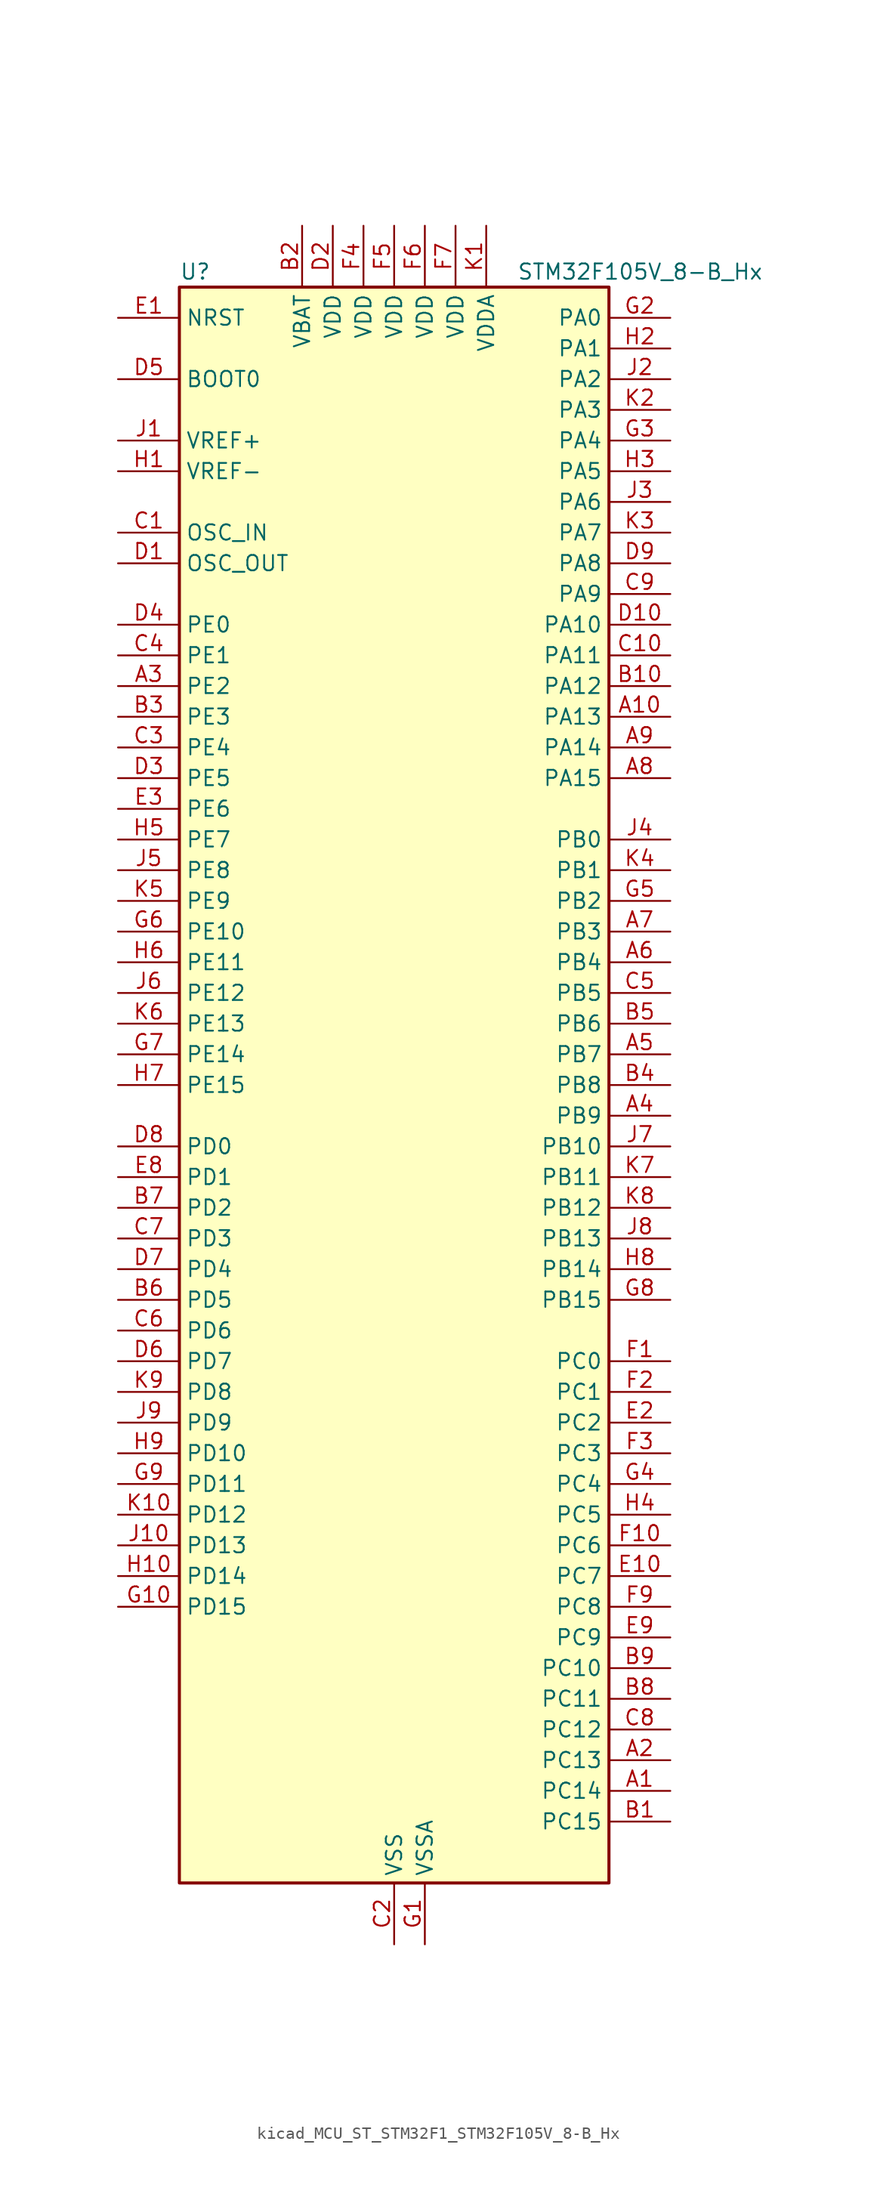
<source format=kicad_sym>
(kicad_symbol_lib
  (version 20220914)
  (generator kicad_symbol_editor)
  (symbol "kicad_MCU_ST_STM32F1_STM32F105V_8-B_Hx"
    (property "Reference" "U"
      (at -17.78 67.31 0)
      (effects (font (size 1.27 1.27)) (justify left)))
    (property "Value" "STM32F105V_8-B_Hx"
      (at 10.16 67.31 0)
      (effects (font (size 1.27 1.27)) (justify left)))
    (property "ki_locked" ""
      (at 0 0 0)
      (effects (font (size 1.27 1.27))))
    (symbol "kicad_MCU_ST_STM32F1_STM32F105V_8-B_Hx_0_1"
      (rectangle (start -17.78 -66.04) (end 17.78 66.04) (stroke (width 0.254) (type default)) (fill (type background))))
    (symbol "kicad_MCU_ST_STM32F1_STM32F105V_8-B_Hx_1_1"
      (pin bidirectional line (at 22.86 -58.42 180) (length 5.08) (name "PC14" (effects (font (size 1.27 1.27)))) (number "A1" (effects (font (size 1.27 1.27)))) (alternate "RCC_OSC32_IN" bidirectional line))
      (pin bidirectional line (at 22.86 30.48 180) (length 5.08) (name "PA13" (effects (font (size 1.27 1.27)))) (number "A10" (effects (font (size 1.27 1.27)))) (alternate "SYS_JTMS-SWDIO" bidirectional line))
      (pin bidirectional line (at 22.86 -55.88 180) (length 5.08) (name "PC13" (effects (font (size 1.27 1.27)))) (number "A2" (effects (font (size 1.27 1.27)))) (alternate "RTC_OUT" bidirectional line) (alternate "RTC_TAMPER" bidirectional line))
      (pin bidirectional line (at -22.86 33.02 0) (length 5.08) (name "PE2" (effects (font (size 1.27 1.27)))) (number "A3" (effects (font (size 1.27 1.27)))) (alternate "SYS_TRACECLK" bidirectional line))
      (pin bidirectional line (at 22.86 -2.54 180) (length 5.08) (name "PB9" (effects (font (size 1.27 1.27)))) (number "A4" (effects (font (size 1.27 1.27)))) (alternate "CAN1_TX" bidirectional line) (alternate "DAC_EXTI9" bidirectional line) (alternate "I2C1_SDA" bidirectional line) (alternate "TIM4_CH4" bidirectional line))
      (pin bidirectional line (at 22.86 2.54 180) (length 5.08) (name "PB7" (effects (font (size 1.27 1.27)))) (number "A5" (effects (font (size 1.27 1.27)))) (alternate "I2C1_SDA" bidirectional line) (alternate "TIM4_CH2" bidirectional line) (alternate "USART1_RX" bidirectional line))
      (pin bidirectional line (at 22.86 10.16 180) (length 5.08) (name "PB4" (effects (font (size 1.27 1.27)))) (number "A6" (effects (font (size 1.27 1.27)))) (alternate "SPI1_MISO" bidirectional line) (alternate "SPI3_MISO" bidirectional line) (alternate "SYS_NJTRST" bidirectional line) (alternate "TIM3_CH1" bidirectional line))
      (pin bidirectional line (at 22.86 12.7 180) (length 5.08) (name "PB3" (effects (font (size 1.27 1.27)))) (number "A7" (effects (font (size 1.27 1.27)))) (alternate "I2S3_CK" bidirectional line) (alternate "SPI1_SCK" bidirectional line) (alternate "SPI3_SCK" bidirectional line) (alternate "SYS_JTDO" bidirectional line) (alternate "SYS_TRACESWO" bidirectional line) (alternate "TIM2_CH2" bidirectional line))
      (pin bidirectional line (at 22.86 25.4 180) (length 5.08) (name "PA15" (effects (font (size 1.27 1.27)))) (number "A8" (effects (font (size 1.27 1.27)))) (alternate "ADC1_EXTI15" bidirectional line) (alternate "ADC2_EXTI15" bidirectional line) (alternate "I2S3_WS" bidirectional line) (alternate "SPI1_NSS" bidirectional line) (alternate "SPI3_NSS" bidirectional line) (alternate "SYS_JTDI" bidirectional line) (alternate "TIM2_CH1" bidirectional line) (alternate "TIM2_ETR" bidirectional line))
      (pin bidirectional line (at 22.86 27.94 180) (length 5.08) (name "PA14" (effects (font (size 1.27 1.27)))) (number "A9" (effects (font (size 1.27 1.27)))) (alternate "SYS_JTCK-SWCLK" bidirectional line))
      (pin bidirectional line (at 22.86 -60.96 180) (length 5.08) (name "PC15" (effects (font (size 1.27 1.27)))) (number "B1" (effects (font (size 1.27 1.27)))) (alternate "ADC1_EXTI15" bidirectional line) (alternate "ADC2_EXTI15" bidirectional line) (alternate "RCC_OSC32_OUT" bidirectional line))
      (pin bidirectional line (at 22.86 33.02 180) (length 5.08) (name "PA12" (effects (font (size 1.27 1.27)))) (number "B10" (effects (font (size 1.27 1.27)))) (alternate "CAN1_TX" bidirectional line) (alternate "TIM1_ETR" bidirectional line) (alternate "USART1_RTS" bidirectional line) (alternate "USB_OTG_FS_DP" bidirectional line))
      (pin power_in line (at -7.62 71.12 270) (length 5.08) (name "VBAT" (effects (font (size 1.27 1.27)))) (number "B2" (effects (font (size 1.27 1.27)))))
      (pin bidirectional line (at -22.86 30.48 0) (length 5.08) (name "PE3" (effects (font (size 1.27 1.27)))) (number "B3" (effects (font (size 1.27 1.27)))) (alternate "SYS_TRACED0" bidirectional line))
      (pin bidirectional line (at 22.86 0 180) (length 5.08) (name "PB8" (effects (font (size 1.27 1.27)))) (number "B4" (effects (font (size 1.27 1.27)))) (alternate "CAN1_RX" bidirectional line) (alternate "I2C1_SCL" bidirectional line) (alternate "TIM4_CH3" bidirectional line))
      (pin bidirectional line (at 22.86 5.08 180) (length 5.08) (name "PB6" (effects (font (size 1.27 1.27)))) (number "B5" (effects (font (size 1.27 1.27)))) (alternate "CAN2_TX" bidirectional line) (alternate "I2C1_SCL" bidirectional line) (alternate "TIM4_CH1" bidirectional line) (alternate "USART1_TX" bidirectional line))
      (pin bidirectional line (at -22.86 -17.78 0) (length 5.08) (name "PD5" (effects (font (size 1.27 1.27)))) (number "B6" (effects (font (size 1.27 1.27)))) (alternate "USART2_TX" bidirectional line))
      (pin bidirectional line (at -22.86 -10.16 0) (length 5.08) (name "PD2" (effects (font (size 1.27 1.27)))) (number "B7" (effects (font (size 1.27 1.27)))) (alternate "TIM3_ETR" bidirectional line) (alternate "UART5_RX" bidirectional line))
      (pin bidirectional line (at 22.86 -50.8 180) (length 5.08) (name "PC11" (effects (font (size 1.27 1.27)))) (number "B8" (effects (font (size 1.27 1.27)))) (alternate "ADC1_EXTI11" bidirectional line) (alternate "ADC2_EXTI11" bidirectional line) (alternate "SPI3_MISO" bidirectional line) (alternate "UART4_RX" bidirectional line) (alternate "USART3_RX" bidirectional line))
      (pin bidirectional line (at 22.86 -48.26 180) (length 5.08) (name "PC10" (effects (font (size 1.27 1.27)))) (number "B9" (effects (font (size 1.27 1.27)))) (alternate "I2S3_CK" bidirectional line) (alternate "SPI3_SCK" bidirectional line) (alternate "UART4_TX" bidirectional line) (alternate "USART3_TX" bidirectional line))
      (pin input line (at -22.86 45.72 0) (length 5.08) (name "OSC_IN" (effects (font (size 1.27 1.27)))) (number "C1" (effects (font (size 1.27 1.27)))) (alternate "RCC_OSC_IN" bidirectional line))
      (pin bidirectional line (at 22.86 35.56 180) (length 5.08) (name "PA11" (effects (font (size 1.27 1.27)))) (number "C10" (effects (font (size 1.27 1.27)))) (alternate "ADC1_EXTI11" bidirectional line) (alternate "ADC2_EXTI11" bidirectional line) (alternate "CAN1_RX" bidirectional line) (alternate "TIM1_CH4" bidirectional line) (alternate "USART1_CTS" bidirectional line) (alternate "USB_OTG_FS_DM" bidirectional line))
      (pin power_in line (at 0 -71.12 90) (length 5.08) (name "VSS" (effects (font (size 1.27 1.27)))) (number "C2" (effects (font (size 1.27 1.27)))))
      (pin bidirectional line (at -22.86 27.94 0) (length 5.08) (name "PE4" (effects (font (size 1.27 1.27)))) (number "C3" (effects (font (size 1.27 1.27)))) (alternate "SYS_TRACED1" bidirectional line))
      (pin bidirectional line (at -22.86 35.56 0) (length 5.08) (name "PE1" (effects (font (size 1.27 1.27)))) (number "C4" (effects (font (size 1.27 1.27)))))
      (pin bidirectional line (at 22.86 7.62 180) (length 5.08) (name "PB5" (effects (font (size 1.27 1.27)))) (number "C5" (effects (font (size 1.27 1.27)))) (alternate "CAN2_RX" bidirectional line) (alternate "I2C1_SMBA" bidirectional line) (alternate "I2S3_SD" bidirectional line) (alternate "SPI1_MOSI" bidirectional line) (alternate "SPI3_MOSI" bidirectional line) (alternate "TIM3_CH2" bidirectional line))
      (pin bidirectional line (at -22.86 -20.32 0) (length 5.08) (name "PD6" (effects (font (size 1.27 1.27)))) (number "C6" (effects (font (size 1.27 1.27)))) (alternate "USART2_RX" bidirectional line))
      (pin bidirectional line (at -22.86 -12.7 0) (length 5.08) (name "PD3" (effects (font (size 1.27 1.27)))) (number "C7" (effects (font (size 1.27 1.27)))) (alternate "USART2_CTS" bidirectional line))
      (pin bidirectional line (at 22.86 -53.34 180) (length 5.08) (name "PC12" (effects (font (size 1.27 1.27)))) (number "C8" (effects (font (size 1.27 1.27)))) (alternate "I2S3_SD" bidirectional line) (alternate "SPI3_MOSI" bidirectional line) (alternate "UART5_TX" bidirectional line) (alternate "USART3_CK" bidirectional line))
      (pin bidirectional line (at 22.86 40.64 180) (length 5.08) (name "PA9" (effects (font (size 1.27 1.27)))) (number "C9" (effects (font (size 1.27 1.27)))) (alternate "DAC_EXTI9" bidirectional line) (alternate "TIM1_CH2" bidirectional line) (alternate "USART1_TX" bidirectional line) (alternate "USB_OTG_FS_VBUS" bidirectional line))
      (pin input line (at -22.86 43.18 0) (length 5.08) (name "OSC_OUT" (effects (font (size 1.27 1.27)))) (number "D1" (effects (font (size 1.27 1.27)))) (alternate "RCC_OSC_OUT" bidirectional line))
      (pin bidirectional line (at 22.86 38.1 180) (length 5.08) (name "PA10" (effects (font (size 1.27 1.27)))) (number "D10" (effects (font (size 1.27 1.27)))) (alternate "TIM1_CH3" bidirectional line) (alternate "USART1_RX" bidirectional line) (alternate "USB_OTG_FS_ID" bidirectional line))
      (pin power_in line (at -5.08 71.12 270) (length 5.08) (name "VDD" (effects (font (size 1.27 1.27)))) (number "D2" (effects (font (size 1.27 1.27)))))
      (pin bidirectional line (at -22.86 25.4 0) (length 5.08) (name "PE5" (effects (font (size 1.27 1.27)))) (number "D3" (effects (font (size 1.27 1.27)))) (alternate "SYS_TRACED2" bidirectional line))
      (pin bidirectional line (at -22.86 38.1 0) (length 5.08) (name "PE0" (effects (font (size 1.27 1.27)))) (number "D4" (effects (font (size 1.27 1.27)))) (alternate "TIM4_ETR" bidirectional line))
      (pin input line (at -22.86 58.42 0) (length 5.08) (name "BOOT0" (effects (font (size 1.27 1.27)))) (number "D5" (effects (font (size 1.27 1.27)))))
      (pin bidirectional line (at -22.86 -22.86 0) (length 5.08) (name "PD7" (effects (font (size 1.27 1.27)))) (number "D6" (effects (font (size 1.27 1.27)))) (alternate "USART2_CK" bidirectional line))
      (pin bidirectional line (at -22.86 -15.24 0) (length 5.08) (name "PD4" (effects (font (size 1.27 1.27)))) (number "D7" (effects (font (size 1.27 1.27)))) (alternate "USART2_RTS" bidirectional line))
      (pin bidirectional line (at -22.86 -5.08 0) (length 5.08) (name "PD0" (effects (font (size 1.27 1.27)))) (number "D8" (effects (font (size 1.27 1.27)))) (alternate "CAN1_RX" bidirectional line))
      (pin bidirectional line (at 22.86 43.18 180) (length 5.08) (name "PA8" (effects (font (size 1.27 1.27)))) (number "D9" (effects (font (size 1.27 1.27)))) (alternate "RCC_MCO" bidirectional line) (alternate "TIM1_CH1" bidirectional line) (alternate "USART1_CK" bidirectional line) (alternate "USB_OTG_FS_SOF" bidirectional line))
      (pin input line (at -22.86 63.5 0) (length 5.08) (name "NRST" (effects (font (size 1.27 1.27)))) (number "E1" (effects (font (size 1.27 1.27)))))
      (pin bidirectional line (at 22.86 -40.64 180) (length 5.08) (name "PC7" (effects (font (size 1.27 1.27)))) (number "E10" (effects (font (size 1.27 1.27)))) (alternate "I2S3_MCK" bidirectional line) (alternate "TIM3_CH2" bidirectional line))
      (pin bidirectional line (at 22.86 -27.94 180) (length 5.08) (name "PC2" (effects (font (size 1.27 1.27)))) (number "E2" (effects (font (size 1.27 1.27)))) (alternate "ADC1_IN12" bidirectional line) (alternate "ADC2_IN12" bidirectional line))
      (pin bidirectional line (at -22.86 22.86 0) (length 5.08) (name "PE6" (effects (font (size 1.27 1.27)))) (number "E3" (effects (font (size 1.27 1.27)))) (alternate "SYS_TRACED3" bidirectional line))
      (pin passive line (at 0 -71.12 90) (length 5.08) hide (name "VSS" (effects (font (size 1.27 1.27)))) (number "E4" (effects (font (size 1.27 1.27)))))
      (pin passive line (at 0 -71.12 90) (length 5.08) hide (name "VSS" (effects (font (size 1.27 1.27)))) (number "E5" (effects (font (size 1.27 1.27)))))
      (pin passive line (at 0 -71.12 90) (length 5.08) hide (name "VSS" (effects (font (size 1.27 1.27)))) (number "E6" (effects (font (size 1.27 1.27)))))
      (pin passive line (at 0 -71.12 90) (length 5.08) hide (name "VSS" (effects (font (size 1.27 1.27)))) (number "E7" (effects (font (size 1.27 1.27)))))
      (pin bidirectional line (at -22.86 -7.62 0) (length 5.08) (name "PD1" (effects (font (size 1.27 1.27)))) (number "E8" (effects (font (size 1.27 1.27)))) (alternate "CAN1_TX" bidirectional line))
      (pin bidirectional line (at 22.86 -45.72 180) (length 5.08) (name "PC9" (effects (font (size 1.27 1.27)))) (number "E9" (effects (font (size 1.27 1.27)))) (alternate "DAC_EXTI9" bidirectional line) (alternate "TIM3_CH4" bidirectional line))
      (pin bidirectional line (at 22.86 -22.86 180) (length 5.08) (name "PC0" (effects (font (size 1.27 1.27)))) (number "F1" (effects (font (size 1.27 1.27)))) (alternate "ADC1_IN10" bidirectional line) (alternate "ADC2_IN10" bidirectional line))
      (pin bidirectional line (at 22.86 -38.1 180) (length 5.08) (name "PC6" (effects (font (size 1.27 1.27)))) (number "F10" (effects (font (size 1.27 1.27)))) (alternate "I2S2_MCK" bidirectional line) (alternate "TIM3_CH1" bidirectional line))
      (pin bidirectional line (at 22.86 -25.4 180) (length 5.08) (name "PC1" (effects (font (size 1.27 1.27)))) (number "F2" (effects (font (size 1.27 1.27)))) (alternate "ADC1_IN11" bidirectional line) (alternate "ADC2_IN11" bidirectional line))
      (pin bidirectional line (at 22.86 -30.48 180) (length 5.08) (name "PC3" (effects (font (size 1.27 1.27)))) (number "F3" (effects (font (size 1.27 1.27)))) (alternate "ADC1_IN13" bidirectional line) (alternate "ADC2_IN13" bidirectional line))
      (pin power_in line (at -2.54 71.12 270) (length 5.08) (name "VDD" (effects (font (size 1.27 1.27)))) (number "F4" (effects (font (size 1.27 1.27)))))
      (pin power_in line (at 0 71.12 270) (length 5.08) (name "VDD" (effects (font (size 1.27 1.27)))) (number "F5" (effects (font (size 1.27 1.27)))))
      (pin power_in line (at 2.54 71.12 270) (length 5.08) (name "VDD" (effects (font (size 1.27 1.27)))) (number "F6" (effects (font (size 1.27 1.27)))))
      (pin power_in line (at 5.08 71.12 270) (length 5.08) (name "VDD" (effects (font (size 1.27 1.27)))) (number "F7" (effects (font (size 1.27 1.27)))))
      (pin no_connect line (at -17.78 -66.04 0) (length 5.08) hide (name "NC" (effects (font (size 1.27 1.27)))) (number "F8" (effects (font (size 1.27 1.27)))))
      (pin bidirectional line (at 22.86 -43.18 180) (length 5.08) (name "PC8" (effects (font (size 1.27 1.27)))) (number "F9" (effects (font (size 1.27 1.27)))) (alternate "TIM3_CH3" bidirectional line))
      (pin power_in line (at 2.54 -71.12 90) (length 5.08) (name "VSSA" (effects (font (size 1.27 1.27)))) (number "G1" (effects (font (size 1.27 1.27)))))
      (pin bidirectional line (at -22.86 -43.18 0) (length 5.08) (name "PD15" (effects (font (size 1.27 1.27)))) (number "G10" (effects (font (size 1.27 1.27)))) (alternate "ADC1_EXTI15" bidirectional line) (alternate "ADC2_EXTI15" bidirectional line) (alternate "TIM4_CH4" bidirectional line))
      (pin bidirectional line (at 22.86 63.5 180) (length 5.08) (name "PA0" (effects (font (size 1.27 1.27)))) (number "G2" (effects (font (size 1.27 1.27)))) (alternate "ADC1_IN0" bidirectional line) (alternate "ADC2_IN0" bidirectional line) (alternate "SYS_WKUP" bidirectional line) (alternate "TIM2_CH1" bidirectional line) (alternate "TIM2_ETR" bidirectional line) (alternate "TIM5_CH1" bidirectional line) (alternate "USART2_CTS" bidirectional line))
      (pin bidirectional line (at 22.86 53.34 180) (length 5.08) (name "PA4" (effects (font (size 1.27 1.27)))) (number "G3" (effects (font (size 1.27 1.27)))) (alternate "ADC1_IN4" bidirectional line) (alternate "ADC2_IN4" bidirectional line) (alternate "DAC_OUT1" bidirectional line) (alternate "I2S3_WS" bidirectional line) (alternate "SPI1_NSS" bidirectional line) (alternate "SPI3_NSS" bidirectional line) (alternate "USART2_CK" bidirectional line))
      (pin bidirectional line (at 22.86 -33.02 180) (length 5.08) (name "PC4" (effects (font (size 1.27 1.27)))) (number "G4" (effects (font (size 1.27 1.27)))) (alternate "ADC1_IN14" bidirectional line) (alternate "ADC2_IN14" bidirectional line))
      (pin bidirectional line (at 22.86 15.24 180) (length 5.08) (name "PB2" (effects (font (size 1.27 1.27)))) (number "G5" (effects (font (size 1.27 1.27)))))
      (pin bidirectional line (at -22.86 12.7 0) (length 5.08) (name "PE10" (effects (font (size 1.27 1.27)))) (number "G6" (effects (font (size 1.27 1.27)))) (alternate "TIM1_CH2N" bidirectional line))
      (pin bidirectional line (at -22.86 2.54 0) (length 5.08) (name "PE14" (effects (font (size 1.27 1.27)))) (number "G7" (effects (font (size 1.27 1.27)))) (alternate "TIM1_CH4" bidirectional line))
      (pin bidirectional line (at 22.86 -17.78 180) (length 5.08) (name "PB15" (effects (font (size 1.27 1.27)))) (number "G8" (effects (font (size 1.27 1.27)))) (alternate "ADC1_EXTI15" bidirectional line) (alternate "ADC2_EXTI15" bidirectional line) (alternate "I2S2_SD" bidirectional line) (alternate "SPI2_MOSI" bidirectional line) (alternate "TIM1_CH3N" bidirectional line))
      (pin bidirectional line (at -22.86 -33.02 0) (length 5.08) (name "PD11" (effects (font (size 1.27 1.27)))) (number "G9" (effects (font (size 1.27 1.27)))) (alternate "ADC1_EXTI11" bidirectional line) (alternate "ADC2_EXTI11" bidirectional line) (alternate "USART3_CTS" bidirectional line))
      (pin input line (at -22.86 50.8 0) (length 5.08) (name "VREF-" (effects (font (size 1.27 1.27)))) (number "H1" (effects (font (size 1.27 1.27)))))
      (pin bidirectional line (at -22.86 -40.64 0) (length 5.08) (name "PD14" (effects (font (size 1.27 1.27)))) (number "H10" (effects (font (size 1.27 1.27)))) (alternate "TIM4_CH3" bidirectional line))
      (pin bidirectional line (at 22.86 60.96 180) (length 5.08) (name "PA1" (effects (font (size 1.27 1.27)))) (number "H2" (effects (font (size 1.27 1.27)))) (alternate "ADC1_IN1" bidirectional line) (alternate "ADC2_IN1" bidirectional line) (alternate "TIM2_CH2" bidirectional line) (alternate "TIM5_CH2" bidirectional line) (alternate "USART2_RTS" bidirectional line))
      (pin bidirectional line (at 22.86 50.8 180) (length 5.08) (name "PA5" (effects (font (size 1.27 1.27)))) (number "H3" (effects (font (size 1.27 1.27)))) (alternate "ADC1_IN5" bidirectional line) (alternate "ADC2_IN5" bidirectional line) (alternate "DAC_OUT2" bidirectional line) (alternate "SPI1_SCK" bidirectional line))
      (pin bidirectional line (at 22.86 -35.56 180) (length 5.08) (name "PC5" (effects (font (size 1.27 1.27)))) (number "H4" (effects (font (size 1.27 1.27)))) (alternate "ADC1_IN15" bidirectional line) (alternate "ADC2_IN15" bidirectional line))
      (pin bidirectional line (at -22.86 20.32 0) (length 5.08) (name "PE7" (effects (font (size 1.27 1.27)))) (number "H5" (effects (font (size 1.27 1.27)))) (alternate "TIM1_ETR" bidirectional line))
      (pin bidirectional line (at -22.86 10.16 0) (length 5.08) (name "PE11" (effects (font (size 1.27 1.27)))) (number "H6" (effects (font (size 1.27 1.27)))) (alternate "ADC1_EXTI11" bidirectional line) (alternate "ADC2_EXTI11" bidirectional line) (alternate "TIM1_CH2" bidirectional line))
      (pin bidirectional line (at -22.86 0 0) (length 5.08) (name "PE15" (effects (font (size 1.27 1.27)))) (number "H7" (effects (font (size 1.27 1.27)))) (alternate "ADC1_EXTI15" bidirectional line) (alternate "ADC2_EXTI15" bidirectional line) (alternate "TIM1_BKIN" bidirectional line))
      (pin bidirectional line (at 22.86 -15.24 180) (length 5.08) (name "PB14" (effects (font (size 1.27 1.27)))) (number "H8" (effects (font (size 1.27 1.27)))) (alternate "SPI2_MISO" bidirectional line) (alternate "TIM1_CH2N" bidirectional line) (alternate "USART3_RTS" bidirectional line))
      (pin bidirectional line (at -22.86 -30.48 0) (length 5.08) (name "PD10" (effects (font (size 1.27 1.27)))) (number "H9" (effects (font (size 1.27 1.27)))) (alternate "USART3_CK" bidirectional line))
      (pin input line (at -22.86 53.34 0) (length 5.08) (name "VREF+" (effects (font (size 1.27 1.27)))) (number "J1" (effects (font (size 1.27 1.27)))))
      (pin bidirectional line (at -22.86 -38.1 0) (length 5.08) (name "PD13" (effects (font (size 1.27 1.27)))) (number "J10" (effects (font (size 1.27 1.27)))) (alternate "TIM4_CH2" bidirectional line))
      (pin bidirectional line (at 22.86 58.42 180) (length 5.08) (name "PA2" (effects (font (size 1.27 1.27)))) (number "J2" (effects (font (size 1.27 1.27)))) (alternate "ADC1_IN2" bidirectional line) (alternate "ADC2_IN2" bidirectional line) (alternate "TIM2_CH3" bidirectional line) (alternate "TIM5_CH3" bidirectional line) (alternate "USART2_TX" bidirectional line))
      (pin bidirectional line (at 22.86 48.26 180) (length 5.08) (name "PA6" (effects (font (size 1.27 1.27)))) (number "J3" (effects (font (size 1.27 1.27)))) (alternate "ADC1_IN6" bidirectional line) (alternate "ADC2_IN6" bidirectional line) (alternate "SPI1_MISO" bidirectional line) (alternate "TIM1_BKIN" bidirectional line) (alternate "TIM3_CH1" bidirectional line))
      (pin bidirectional line (at 22.86 20.32 180) (length 5.08) (name "PB0" (effects (font (size 1.27 1.27)))) (number "J4" (effects (font (size 1.27 1.27)))) (alternate "ADC1_IN8" bidirectional line) (alternate "ADC2_IN8" bidirectional line) (alternate "TIM1_CH2N" bidirectional line) (alternate "TIM3_CH3" bidirectional line))
      (pin bidirectional line (at -22.86 17.78 0) (length 5.08) (name "PE8" (effects (font (size 1.27 1.27)))) (number "J5" (effects (font (size 1.27 1.27)))) (alternate "TIM1_CH1N" bidirectional line))
      (pin bidirectional line (at -22.86 7.62 0) (length 5.08) (name "PE12" (effects (font (size 1.27 1.27)))) (number "J6" (effects (font (size 1.27 1.27)))) (alternate "TIM1_CH3N" bidirectional line))
      (pin bidirectional line (at 22.86 -5.08 180) (length 5.08) (name "PB10" (effects (font (size 1.27 1.27)))) (number "J7" (effects (font (size 1.27 1.27)))) (alternate "I2C2_SCL" bidirectional line) (alternate "TIM2_CH3" bidirectional line) (alternate "USART3_TX" bidirectional line))
      (pin bidirectional line (at 22.86 -12.7 180) (length 5.08) (name "PB13" (effects (font (size 1.27 1.27)))) (number "J8" (effects (font (size 1.27 1.27)))) (alternate "CAN2_TX" bidirectional line) (alternate "I2S2_CK" bidirectional line) (alternate "SPI2_SCK" bidirectional line) (alternate "TIM1_CH1N" bidirectional line) (alternate "USART3_CTS" bidirectional line))
      (pin bidirectional line (at -22.86 -27.94 0) (length 5.08) (name "PD9" (effects (font (size 1.27 1.27)))) (number "J9" (effects (font (size 1.27 1.27)))) (alternate "DAC_EXTI9" bidirectional line) (alternate "USART3_RX" bidirectional line))
      (pin power_in line (at 7.62 71.12 270) (length 5.08) (name "VDDA" (effects (font (size 1.27 1.27)))) (number "K1" (effects (font (size 1.27 1.27)))))
      (pin bidirectional line (at -22.86 -35.56 0) (length 5.08) (name "PD12" (effects (font (size 1.27 1.27)))) (number "K10" (effects (font (size 1.27 1.27)))) (alternate "TIM4_CH1" bidirectional line) (alternate "USART3_RTS" bidirectional line))
      (pin bidirectional line (at 22.86 55.88 180) (length 5.08) (name "PA3" (effects (font (size 1.27 1.27)))) (number "K2" (effects (font (size 1.27 1.27)))) (alternate "ADC1_IN3" bidirectional line) (alternate "ADC2_IN3" bidirectional line) (alternate "TIM2_CH4" bidirectional line) (alternate "TIM5_CH4" bidirectional line) (alternate "USART2_RX" bidirectional line))
      (pin bidirectional line (at 22.86 45.72 180) (length 5.08) (name "PA7" (effects (font (size 1.27 1.27)))) (number "K3" (effects (font (size 1.27 1.27)))) (alternate "ADC1_IN7" bidirectional line) (alternate "ADC2_IN7" bidirectional line) (alternate "SPI1_MOSI" bidirectional line) (alternate "TIM1_CH1N" bidirectional line) (alternate "TIM3_CH2" bidirectional line))
      (pin bidirectional line (at 22.86 17.78 180) (length 5.08) (name "PB1" (effects (font (size 1.27 1.27)))) (number "K4" (effects (font (size 1.27 1.27)))) (alternate "ADC1_IN9" bidirectional line) (alternate "ADC2_IN9" bidirectional line) (alternate "TIM1_CH3N" bidirectional line) (alternate "TIM3_CH4" bidirectional line))
      (pin bidirectional line (at -22.86 15.24 0) (length 5.08) (name "PE9" (effects (font (size 1.27 1.27)))) (number "K5" (effects (font (size 1.27 1.27)))) (alternate "DAC_EXTI9" bidirectional line) (alternate "TIM1_CH1" bidirectional line))
      (pin bidirectional line (at -22.86 5.08 0) (length 5.08) (name "PE13" (effects (font (size 1.27 1.27)))) (number "K6" (effects (font (size 1.27 1.27)))) (alternate "TIM1_CH3" bidirectional line))
      (pin bidirectional line (at 22.86 -7.62 180) (length 5.08) (name "PB11" (effects (font (size 1.27 1.27)))) (number "K7" (effects (font (size 1.27 1.27)))) (alternate "ADC1_EXTI11" bidirectional line) (alternate "ADC2_EXTI11" bidirectional line) (alternate "I2C2_SDA" bidirectional line) (alternate "TIM2_CH4" bidirectional line) (alternate "USART3_RX" bidirectional line))
      (pin bidirectional line (at 22.86 -10.16 180) (length 5.08) (name "PB12" (effects (font (size 1.27 1.27)))) (number "K8" (effects (font (size 1.27 1.27)))) (alternate "CAN2_RX" bidirectional line) (alternate "I2C2_SMBA" bidirectional line) (alternate "I2S2_WS" bidirectional line) (alternate "SPI2_NSS" bidirectional line) (alternate "TIM1_BKIN" bidirectional line) (alternate "USART3_CK" bidirectional line))
      (pin bidirectional line (at -22.86 -25.4 0) (length 5.08) (name "PD8" (effects (font (size 1.27 1.27)))) (number "K9" (effects (font (size 1.27 1.27)))) (alternate "USART3_TX" bidirectional line)))))
</source>
